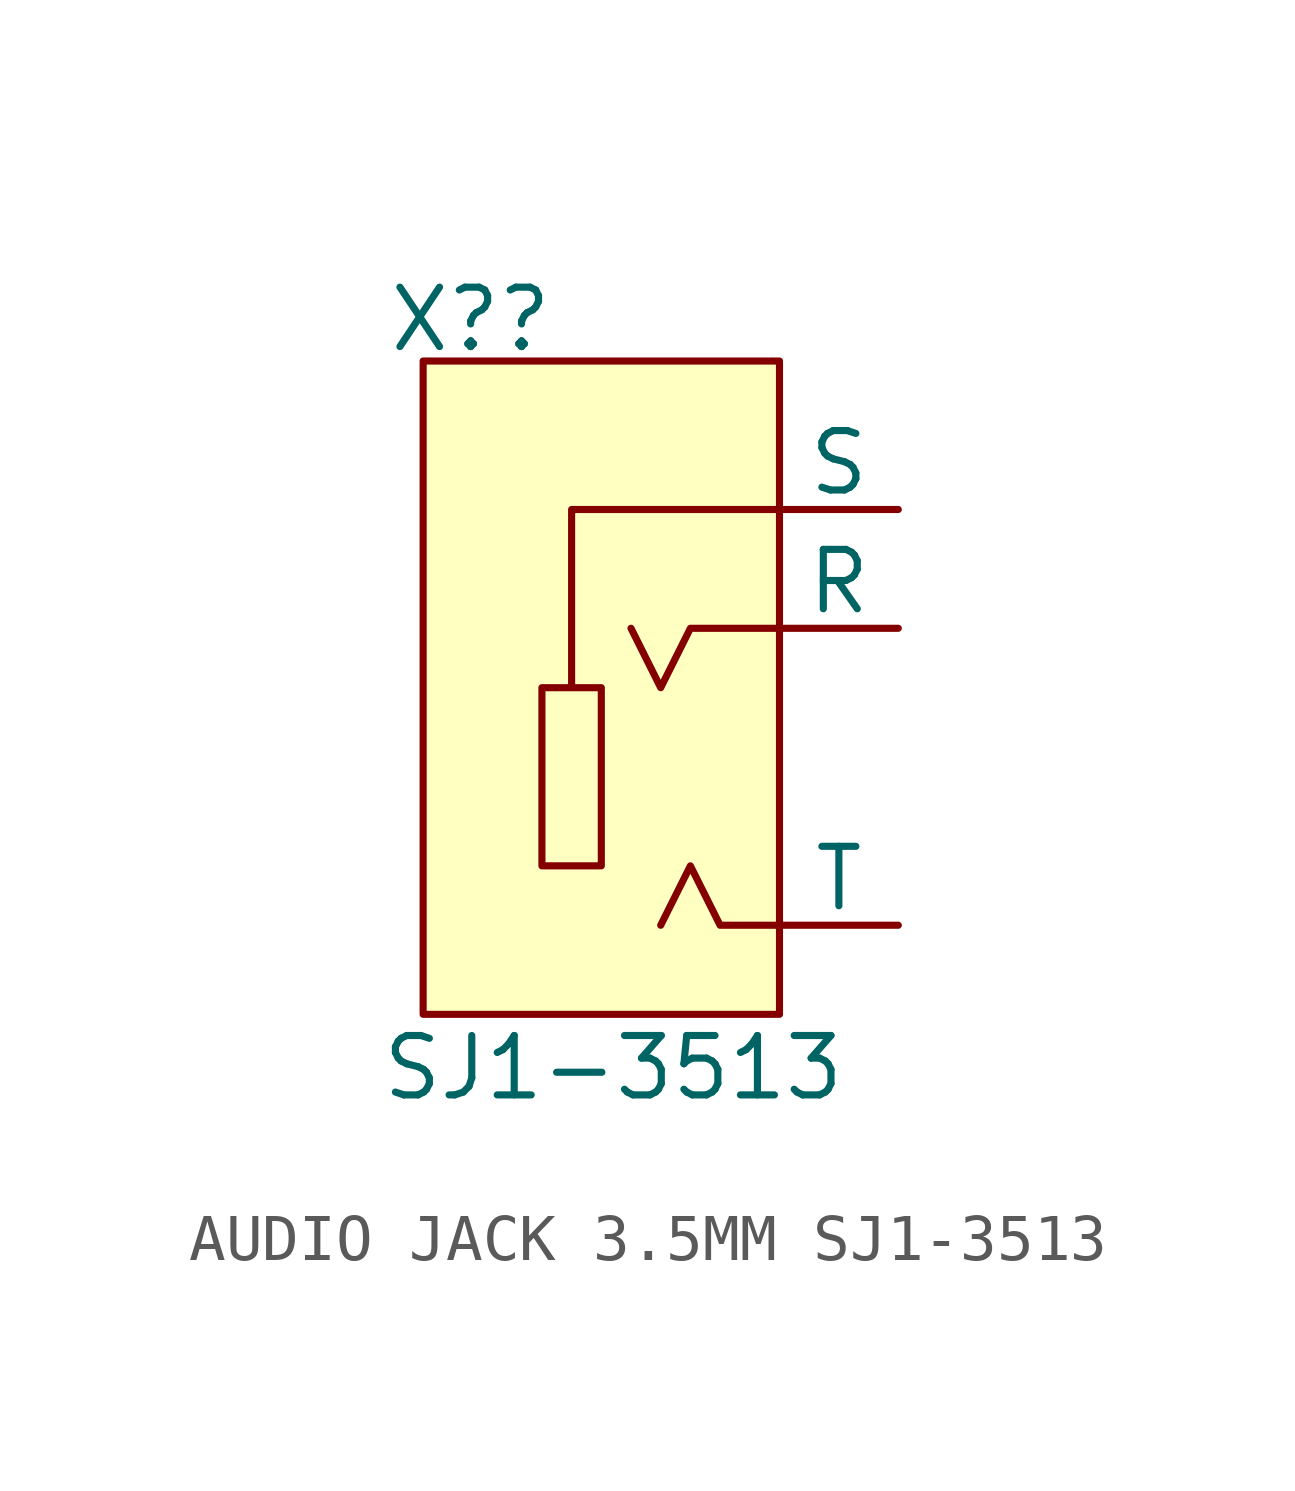
<source format=kicad_sym>
(kicad_symbol_lib
  (version 20231120)
  (generator "kicad_symbol_editor")
  (generator_version "8.0")
  (symbol "AUDIO JACK 3.5MM SJ1-3513"
    (pin_numbers hide)
    (pin_names
      (offset 0))
    (property "Reference" "X?"
      (at -4.064 7.874 0)
      (effects (font (size 1.27 1.27))))
    (property "Value" "SJ1-3513"
      (at -1.016 -8.128 0)
      (effects (font (size 1.27 1.27))))
    (symbol "AUDIO JACK 3.5MM SJ1-3513_0_1"
      (rectangle (start -5.08 6.985) (end 2.54 -6.985) (stroke (width 0) (type default)) (fill (type background)))
      (polyline (pts (xy 2.54 -5.08) (xy 1.27 -5.08) (xy 0.635 -3.81) (xy 0 -5.08)) (stroke (width 0) (type default)) (fill (type none)))
      (polyline (pts (xy 2.54 1.27) (xy 0.635 1.27) (xy 0 0) (xy -0.635 1.27)) (stroke (width 0) (type default)) (fill (type none)))
      (polyline (pts (xy 2.54 3.81) (xy -1.905 3.81) (xy -1.905 0) (xy -1.27 0) (xy -1.27 -3.81) (xy -2.54 -3.81) (xy -2.54 0) (xy -1.905 0)) (stroke (width 0) (type default)) (fill (type none))))
    (symbol "AUDIO JACK 3.5MM SJ1-3513_1_1"
      (pin passive line (at 5.08 3.81 180) (length 2.54) (name "S" (effects (font (size 1.27 1.27)))) (number "1" (effects (font (size 1.27 1.27)))))
      (pin bidirectional line (at 5.08 -5.08 180) (length 2.54) (name "T" (effects (font (size 1.27 1.27)))) (number "2" (effects (font (size 1.27 1.27)))))
      (pin bidirectional line (at 5.08 1.27 180) (length 2.54) (name "R" (effects (font (size 1.27 1.27)))) (number "3" (effects (font (size 1.27 1.27))))))))
</source>
